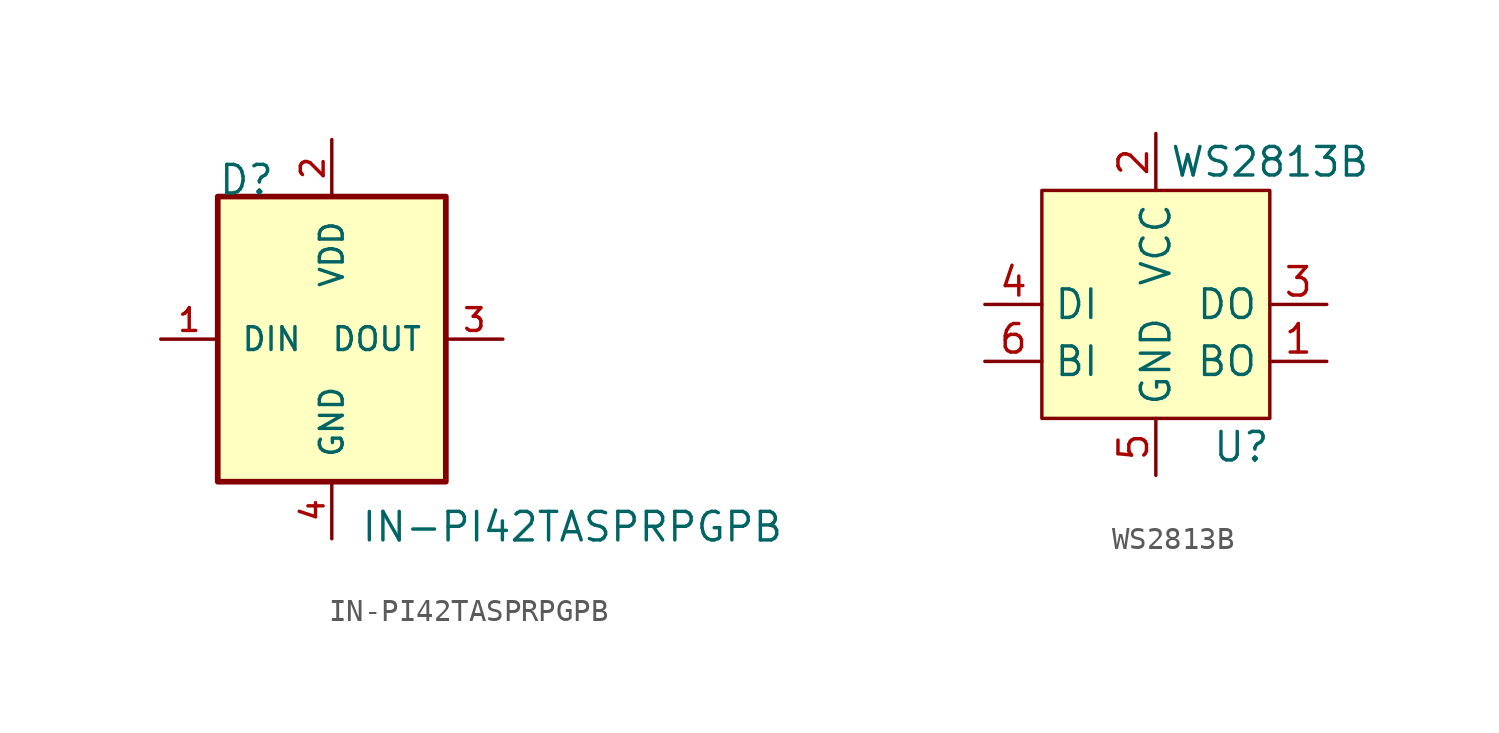
<source format=kicad_sym>
(kicad_symbol_lib
  (version 20211014)
  (generator kicad_symbol_editor)
  (symbol "IN-PI42TASPRPGPB"
    (pin_names
      (offset 1.016))
    (property "Reference" "D"
      (at -5.08 6.35 0)
      (effects (font (size 1.27 1.27)) (justify left bottom)))
    (property "Value" "IN-PI42TASPRPGPB"
      (at 1.27 -7.62 0)
      (effects (font (size 1.27 1.27)) (justify left top)))
    (symbol "IN-PI42TASPRPGPB_0_0"
      (rectangle (start -5.08 6.35) (end 5.08 -6.35) (stroke (width 0.254) (type default) (color 0 0 0 0)) (fill (type background)))
      (pin input line (at -7.62 0 0) (length 2.54) (name "DIN" (effects (font (size 1.016 1.016)))) (number "1" (effects (font (size 1.016 1.016)))))
      (pin power_in line (at 0 8.89 270) (length 2.54) (name "VDD" (effects (font (size 1.016 1.016)))) (number "2" (effects (font (size 1.016 1.016)))))
      (pin output line (at 7.62 0 180) (length 2.54) (name "DOUT" (effects (font (size 1.016 1.016)))) (number "3" (effects (font (size 1.016 1.016)))))
      (pin power_in line (at 0 -8.89 90) (length 2.54) (name "GND" (effects (font (size 1.016 1.016)))) (number "4" (effects (font (size 1.016 1.016)))))))
  (symbol "WS2813B"
    (property "Reference" "U"
      (at 3.81 -6.35 0)
      (effects (font (size 1.27 1.27))))
    (property "Value" "WS2813B"
      (at 5.08 6.35 0)
      (effects (font (size 1.27 1.27))))
    (symbol "WS2813B_0_1"
      (rectangle (start -5.08 5.08) (end 5.08 -5.08) (stroke (width 0) (type default) (color 0 0 0 0)) (fill (type background))))
    (symbol "WS2813B_1_1"
      (pin output line (at 7.62 -2.54 180) (length 2.54) (name "BO" (effects (font (size 1.27 1.27)))) (number "1" (effects (font (size 1.27 1.27)))))
      (pin power_in line (at 0 7.62 270) (length 2.54) (name "VCC" (effects (font (size 1.27 1.27)))) (number "2" (effects (font (size 1.27 1.27)))))
      (pin output line (at 7.62 0 180) (length 2.54) (name "DO" (effects (font (size 1.27 1.27)))) (number "3" (effects (font (size 1.27 1.27)))))
      (pin input line (at -7.62 0 0) (length 2.54) (name "DI" (effects (font (size 1.27 1.27)))) (number "4" (effects (font (size 1.27 1.27)))))
      (pin power_in line (at 0 -7.62 90) (length 2.54) (name "GND" (effects (font (size 1.27 1.27)))) (number "5" (effects (font (size 1.27 1.27)))))
      (pin input line (at -7.62 -2.54 0) (length 2.54) (name "BI" (effects (font (size 1.27 1.27)))) (number "6" (effects (font (size 1.27 1.27))))))))
</source>
